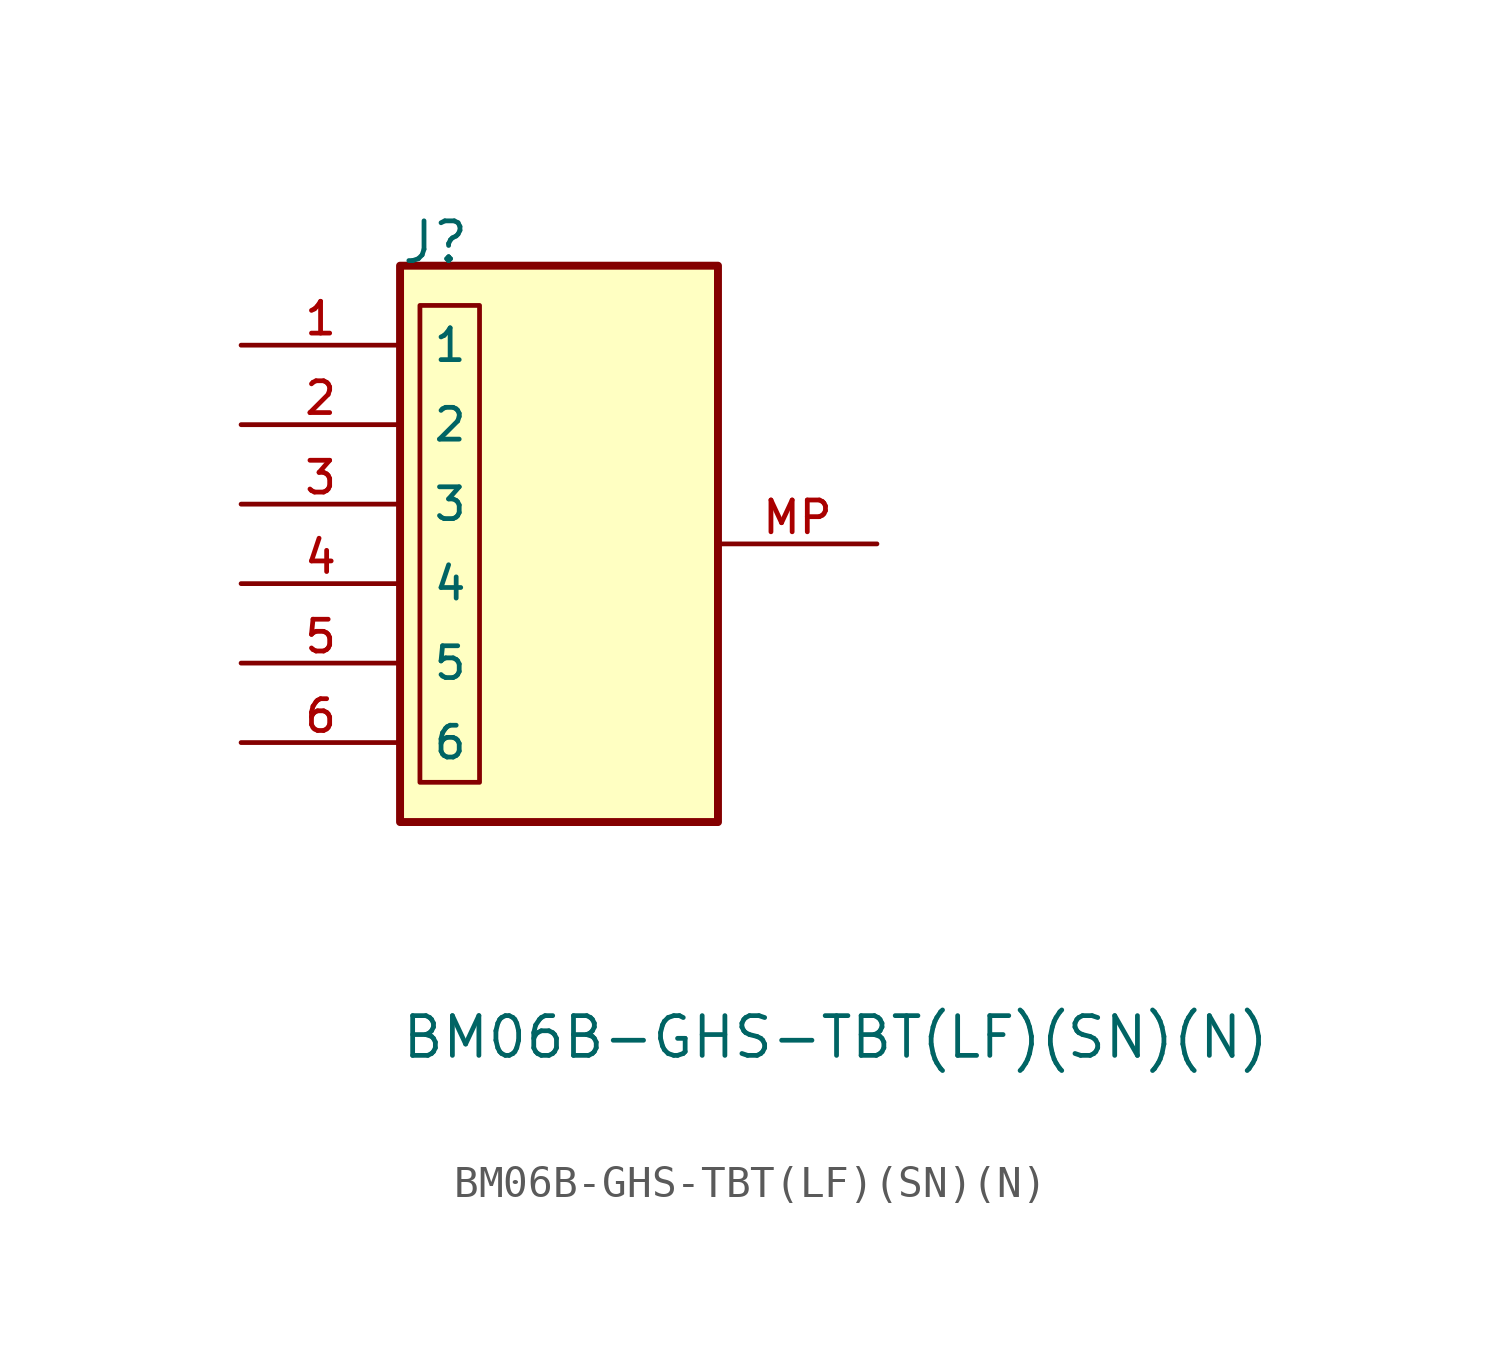
<source format=kicad_sym>
(kicad_symbol_lib
  (version 20211014)
  (generator kicad_symbol_editor)
  (symbol "BM06B-GHS-TBT(LF)(SN)(N)"
    (pin_names
      (offset 1.016))
    (property "Reference" "J"
      (at -5.08 10.16 0)
      (effects (font (size 1.27 1.27)) (justify left bottom)))
    (property "Value" "BM06B-GHS-TBT(LF)(SN)(N)"
      (at -5.08 -15.24 0)
      (effects (font (size 1.27 1.27)) (justify left bottom)))
    (symbol "BM06B-GHS-TBT(LF)(SN)(N)_0_0"
      (rectangle (start -5.08 10.16) (end 5.08 -7.62) (stroke (width 0.254) (type default) (color 0 0 0 0)) (fill (type background)))
      (pin passive line (at -10.16 7.62 0) (length 5.08) (name "1" (effects (font (size 1.016 1.016)))) (number "1" (effects (font (size 1.016 1.016)))))
      (pin passive line (at -10.16 5.08 0) (length 5.08) (name "2" (effects (font (size 1.016 1.016)))) (number "2" (effects (font (size 1.016 1.016)))))
      (pin passive line (at -10.16 2.54 0) (length 5.08) (name "3" (effects (font (size 1.016 1.016)))) (number "3" (effects (font (size 1.016 1.016)))))
      (pin passive line (at -10.16 0 0) (length 5.08) (name "4" (effects (font (size 1.016 1.016)))) (number "4" (effects (font (size 1.016 1.016)))))
      (pin passive line (at -10.16 -2.54 0) (length 5.08) (name "5" (effects (font (size 1.016 1.016)))) (number "5" (effects (font (size 1.016 1.016)))))
      (pin passive line (at -10.16 -5.08 0) (length 5.08) (name "6" (effects (font (size 1.016 1.016)))) (number "6" (effects (font (size 1.016 1.016)))))
      (pin passive line (at 10.16 1.27 180) (length 5.08) (name "" (effects (font (size 1.016 1.016)))) (number "MP" (effects (font (size 1.016 1.016))))))
    (symbol "BM06B-GHS-TBT(LF)(SN)(N)_1_1"
      (rectangle (start -4.445 8.89) (end -2.54 -6.35) (stroke (width 0.152) (type default) (color 0 0 0 0)) (fill (type none))))))
</source>
